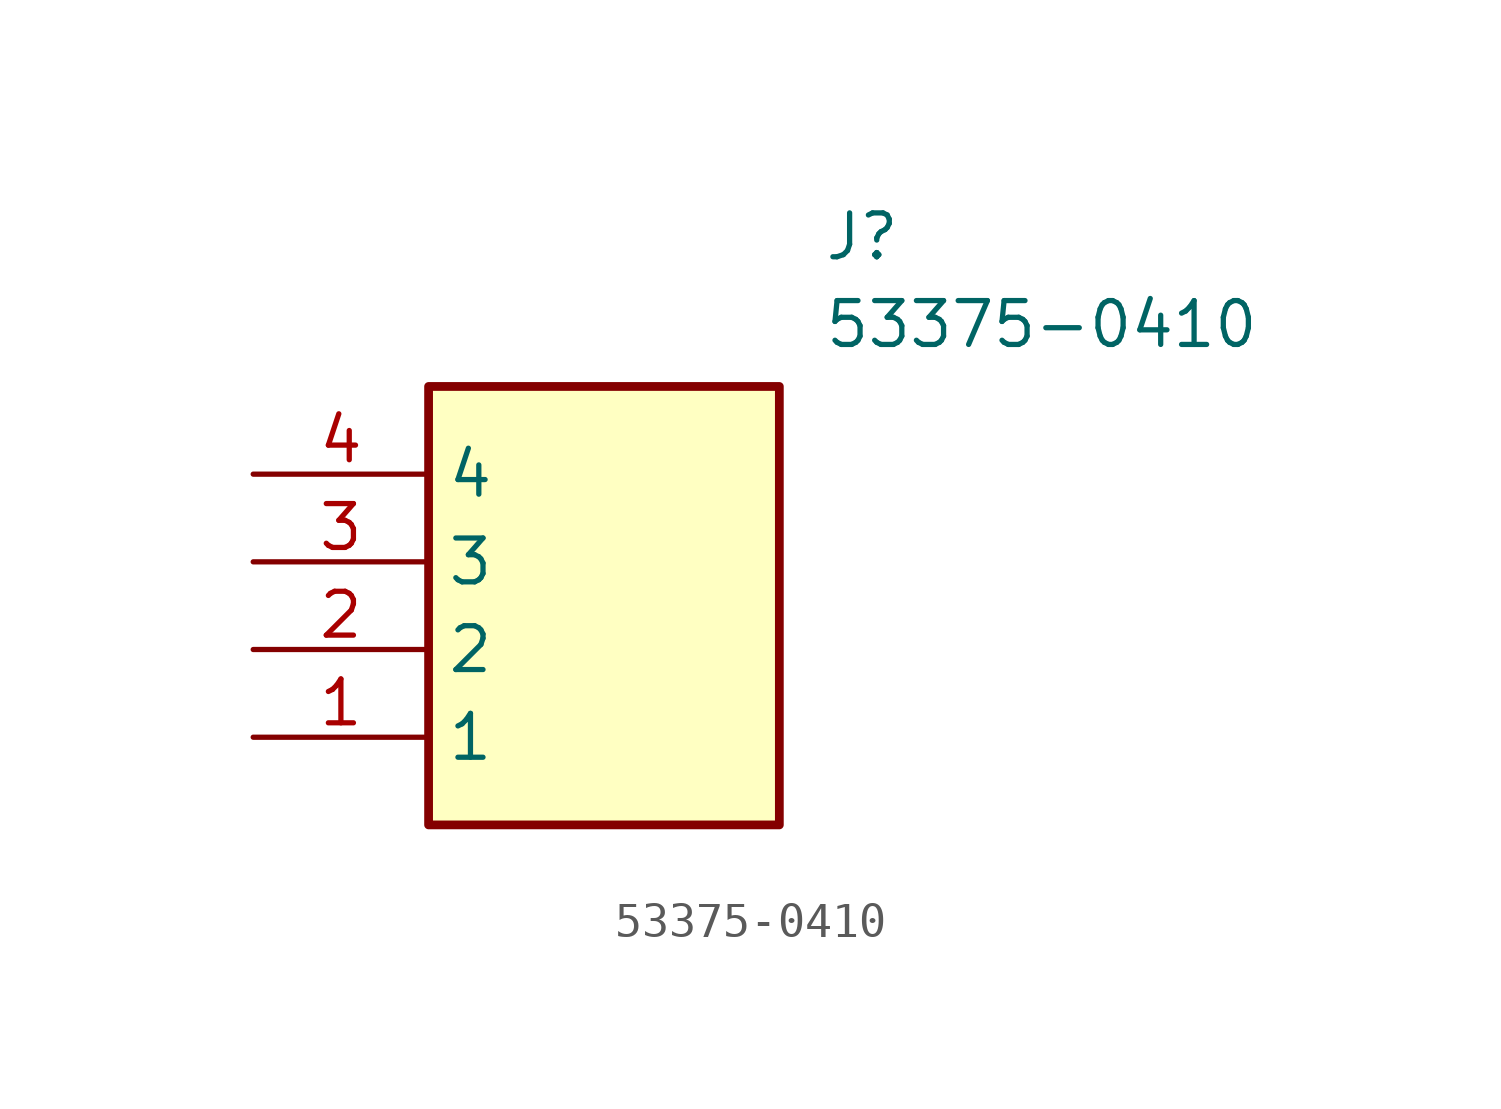
<source format=kicad_sym>
(kicad_symbol_lib
  (version 20211014)
  (generator SamacSys_ECAD_Model)
  (symbol "53375-0410"
    (property "Reference" "J"
      (at 16.51 7.62 0)
      (effects (font (size 1.27 1.27)) (justify left top)))
    (property "Value" "53375-0410"
      (at 16.51 5.08 0)
      (effects (font (size 1.27 1.27)) (justify left top)))
    (rectangle
      (start 5.08 2.54)
      (end 15.24 -10.16)
      (stroke (width 0.254) (type default))
      (fill (type background)))
    (pin passive line
      (at 0 -7.62 0)
      (length 5.08)
      (name "1" (effects (font (size 1.27 1.27))))
      (number "1" (effects (font (size 1.27 1.27)))))
    (pin passive line
      (at 0 -5.08 0)
      (length 5.08)
      (name "2" (effects (font (size 1.27 1.27))))
      (number "2" (effects (font (size 1.27 1.27)))))
    (pin passive line
      (at 0 -2.54 0)
      (length 5.08)
      (name "3" (effects (font (size 1.27 1.27))))
      (number "3" (effects (font (size 1.27 1.27)))))
    (pin passive line
      (at 0 0 0)
      (length 5.08)
      (name "4" (effects (font (size 1.27 1.27))))
      (number "4" (effects (font (size 1.27 1.27)))))))
</source>
